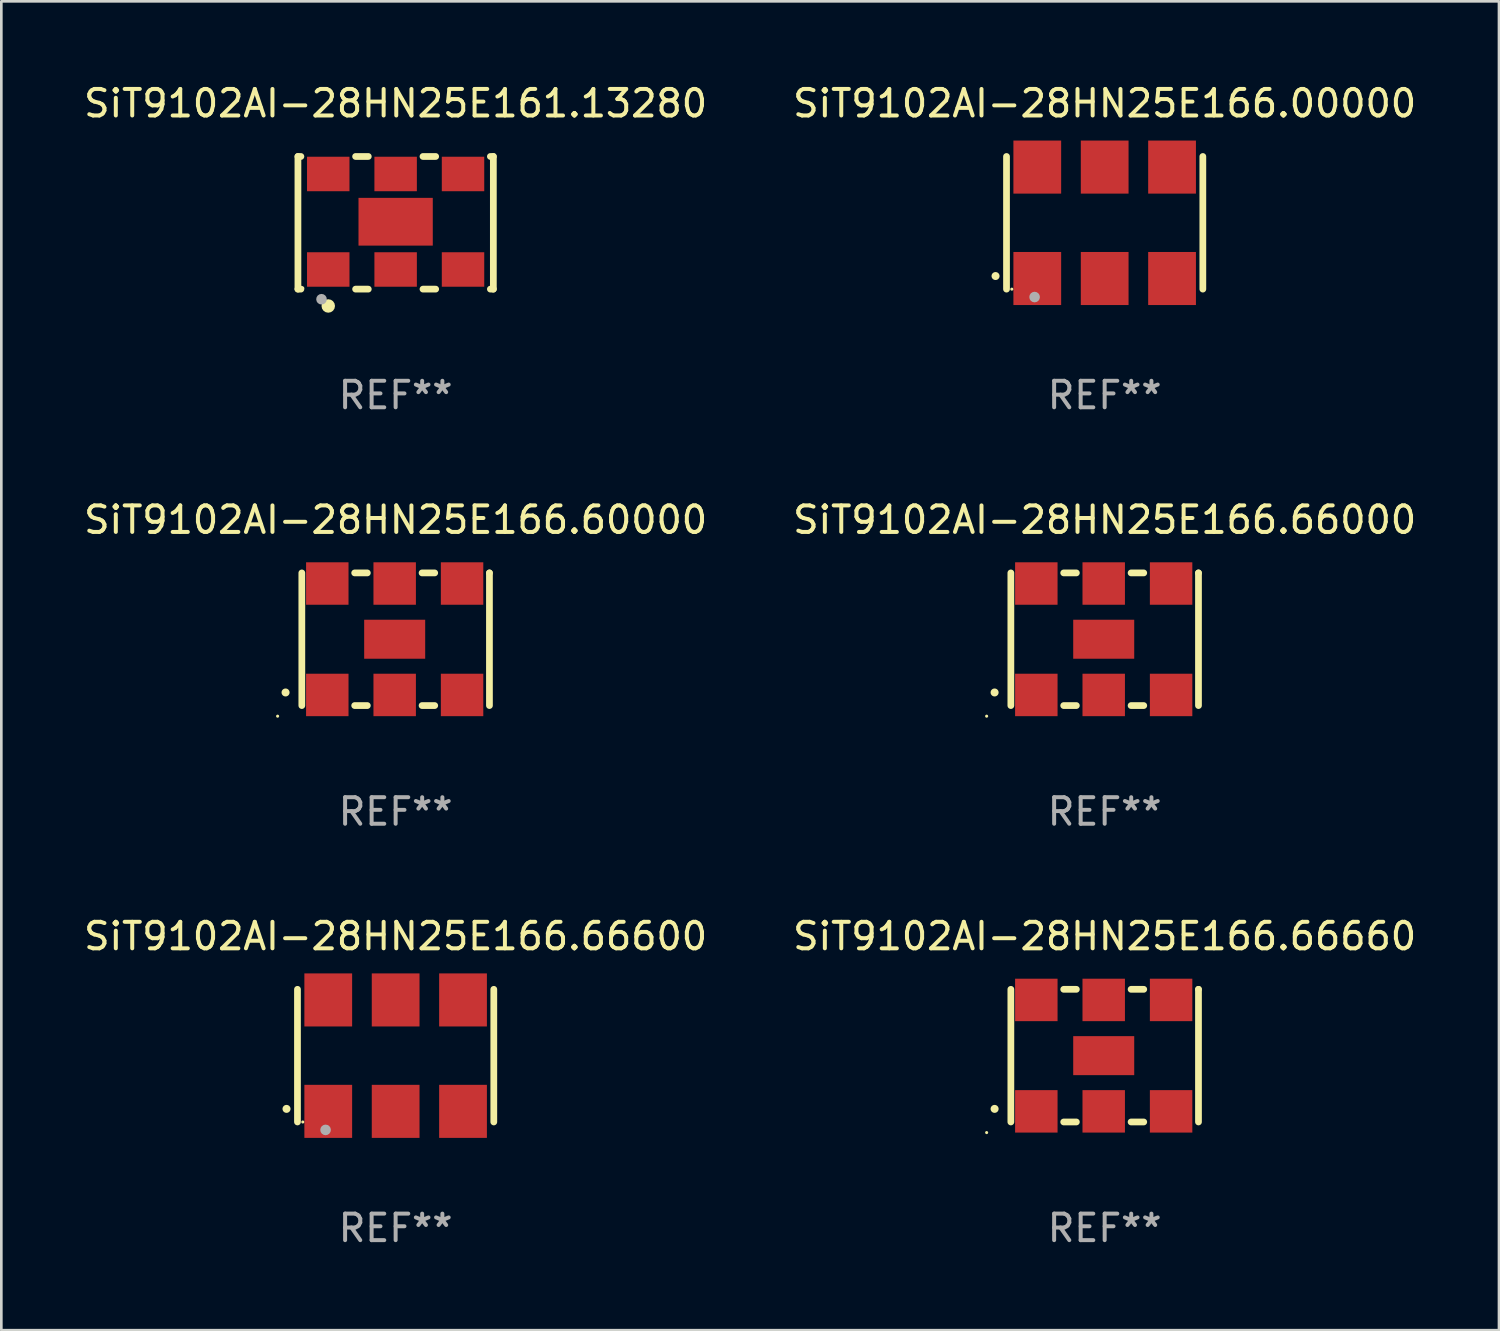
<source format=kicad_pcb>
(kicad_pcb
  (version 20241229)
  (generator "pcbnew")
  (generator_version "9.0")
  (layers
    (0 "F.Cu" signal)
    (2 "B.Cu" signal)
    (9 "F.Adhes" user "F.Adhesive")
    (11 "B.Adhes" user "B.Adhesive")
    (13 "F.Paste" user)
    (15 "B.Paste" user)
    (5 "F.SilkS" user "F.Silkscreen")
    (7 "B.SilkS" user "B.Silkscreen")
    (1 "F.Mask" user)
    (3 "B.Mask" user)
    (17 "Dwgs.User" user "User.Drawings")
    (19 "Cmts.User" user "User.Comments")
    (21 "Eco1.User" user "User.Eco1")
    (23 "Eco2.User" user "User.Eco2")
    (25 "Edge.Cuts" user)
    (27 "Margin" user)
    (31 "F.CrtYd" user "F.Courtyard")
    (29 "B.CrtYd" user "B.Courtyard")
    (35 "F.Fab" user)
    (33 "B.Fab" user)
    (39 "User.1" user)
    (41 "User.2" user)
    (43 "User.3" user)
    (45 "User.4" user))
  (footprint "SiT9102AI-28HN25E166.66600"
    (layer "F.Cu")
    (at 11.863 36.741)
    (property "Reference" "SiT9102AI-28HN25E166.66600" (at 0 -4.5 0) (layer "F.SilkS") (effects (font (size 1 1) (thickness 0.15))))
    (attr through_hole)
    (fp_line (start -3.7 -2.5) (end -3.7 2.5) (stroke (width 0.254) (type solid)) (layer "F.SilkS"))
    (fp_line (start 3.7 -2.5) (end 3.7 2.5) (stroke (width 0.254) (type solid)) (layer "F.SilkS"))
    (fp_arc (start -4.114415 2.006604) (mid -4.113145 2.006599) (end -4.111875 2.006604) (stroke (width 0.3) (type solid)) (layer "F.SilkS"))
    (fp_circle (center -3.5 2.501) (end -3.47 2.501) (stroke (width 0.06) (type solid)) (fill no) (layer "F.SilkS"))
    (fp_circle (center -2.641 2.799) (end -2.541 2.799) (stroke (width 0.2) (type solid)) (fill no) (layer "F.Fab"))
    (fp_text user "REF**" (at 0 6.5 0) (layer "F.Fab") (effects (font (size 1 1) (thickness 0.15))))
    (pad "1" smd rect (at -2.54 2.1) (size 1.8 2) (layers "F.Cu" "F.Mask" "F.Paste"))
    (pad "2" smd rect (at 0.000394 2.1) (size 1.8 2) (layers "F.Cu" "F.Mask" "F.Paste"))
    (pad "3" smd rect (at 2.54 2.1) (size 1.8 2) (layers "F.Cu" "F.Mask" "F.Paste"))
    (pad "4" smd rect (at 2.54 -2.1) (size 1.8 2) (layers "F.Cu" "F.Mask" "F.Paste"))
    (pad "5" smd rect (at 0.000394 -2.1) (size 1.8 2) (layers "F.Cu" "F.Mask" "F.Paste"))
    (pad "6" smd rect (at -2.54 -2.1) (size 1.8 2) (layers "F.Cu" "F.Mask" "F.Paste")))
  (footprint "SiT9102AI-28HN25E166.60000"
    (layer "F.Cu")
    (at 11.863 21.045)
    (property "Reference" "SiT9102AI-28HN25E166.60000" (at 0 -4.5 0) (layer "F.SilkS") (effects (font (size 1 1) (thickness 0.15))))
    (attr through_hole)
    (fp_line (start -3.536 -2.5) (end -3.536 2.5) (stroke (width 0.254) (type solid)) (layer "F.SilkS"))
    (fp_line (start -1.544 2.5) (end -1.067 2.5) (stroke (width 0.254) (type solid)) (layer "F.SilkS"))
    (fp_line (start -1.067 -2.5) (end -1.544 -2.5) (stroke (width 0.254) (type solid)) (layer "F.SilkS"))
    (fp_line (start 0.996 2.5) (end 1.473 2.5) (stroke (width 0.254) (type solid)) (layer "F.SilkS"))
    (fp_line (start 1.473 -2.5) (end 0.996 -2.5) (stroke (width 0.254) (type solid)) (layer "F.SilkS"))
    (fp_line (start 3.536 -2.5) (end 3.536 -2.5) (stroke (width 0.254) (type solid)) (layer "F.SilkS"))
    (fp_line (start 3.536 2.5) (end 3.536 -2.5) (stroke (width 0.254) (type solid)) (layer "F.SilkS"))
    (fp_arc (start -4.150432 2.006604) (mid -4.149162 2.006599) (end -4.147892 2.006604) (stroke (width 0.3) (type solid)) (layer "F.SilkS"))
    (fp_circle (center -4.449 2.9) (end -4.419 2.9) (stroke (width 0.06) (type solid)) (fill no) (layer "F.SilkS"))
    (fp_text user "REF**" (at 0 6.5 0) (layer "F.Fab") (effects (font (size 1 1) (thickness 0.15))))
    (pad "1" smd rect (at -2.576 2.1) (size 1.6 1.6) (layers "F.Cu" "F.Mask" "F.Paste"))
    (pad "2" smd rect (at -0.036 2.1) (size 1.6 1.6) (layers "F.Cu" "F.Mask" "F.Paste"))
    (pad "3" smd rect (at 2.504 2.1) (size 1.6 1.6) (layers "F.Cu" "F.Mask" "F.Paste"))
    (pad "4" smd rect (at 2.504 -2.1) (size 1.6 1.6) (layers "F.Cu" "F.Mask" "F.Paste"))
    (pad "5" smd rect (at -0.036 -2.1) (size 1.6 1.6) (layers "F.Cu" "F.Mask" "F.Paste"))
    (pad "6" smd rect (at -2.576 -2.1) (size 1.6 1.6) (layers "F.Cu" "F.Mask" "F.Paste"))
    (pad "7" smd rect (at -0.036 0) (size 2.3 1.47) (layers "F.Cu" "F.Mask" "F.Paste")))
  (footprint "SiT9102AI-28HN25E166.00000"
    (layer "F.Cu")
    (at 38.589 5.348)
    (property "Reference" "SiT9102AI-28HN25E166.00000" (at 0 -4.5 0) (layer "F.SilkS") (effects (font (size 1 1) (thickness 0.15))))
    (attr through_hole)
    (fp_line (start -3.7 -2.5) (end -3.7 2.5) (stroke (width 0.254) (type solid)) (layer "F.SilkS"))
    (fp_line (start 3.7 -2.5) (end 3.7 2.5) (stroke (width 0.254) (type solid)) (layer "F.SilkS"))
    (fp_arc (start -4.114415 2.006604) (mid -4.113145 2.006599) (end -4.111875 2.006604) (stroke (width 0.3) (type solid)) (layer "F.SilkS"))
    (fp_circle (center -3.5 2.501) (end -3.47 2.501) (stroke (width 0.06) (type solid)) (fill no) (layer "F.SilkS"))
    (fp_circle (center -2.641 2.799) (end -2.541 2.799) (stroke (width 0.2) (type solid)) (fill no) (layer "F.Fab"))
    (fp_text user "REF**" (at 0 6.5 0) (layer "F.Fab") (effects (font (size 1 1) (thickness 0.15))))
    (pad "1" smd rect (at -2.54 2.1) (size 1.8 2) (layers "F.Cu" "F.Mask" "F.Paste"))
    (pad "2" smd rect (at 0.000394 2.1) (size 1.8 2) (layers "F.Cu" "F.Mask" "F.Paste"))
    (pad "3" smd rect (at 2.54 2.1) (size 1.8 2) (layers "F.Cu" "F.Mask" "F.Paste"))
    (pad "4" smd rect (at 2.54 -2.1) (size 1.8 2) (layers "F.Cu" "F.Mask" "F.Paste"))
    (pad "5" smd rect (at 0.000394 -2.1) (size 1.8 2) (layers "F.Cu" "F.Mask" "F.Paste"))
    (pad "6" smd rect (at -2.54 -2.1) (size 1.8 2) (layers "F.Cu" "F.Mask" "F.Paste")))
  (footprint "SiT9102AI-28HN25E166.66660"
    (layer "F.Cu")
    (at 38.589 36.741)
    (property "Reference" "SiT9102AI-28HN25E166.66660" (at 0 -4.5 0) (layer "F.SilkS") (effects (font (size 1 1) (thickness 0.15))))
    (attr through_hole)
    (fp_line (start -3.536 -2.5) (end -3.536 2.5) (stroke (width 0.254) (type solid)) (layer "F.SilkS"))
    (fp_line (start -1.544 2.5) (end -1.067 2.5) (stroke (width 0.254) (type solid)) (layer "F.SilkS"))
    (fp_line (start -1.067 -2.5) (end -1.544 -2.5) (stroke (width 0.254) (type solid)) (layer "F.SilkS"))
    (fp_line (start 0.996 2.5) (end 1.473 2.5) (stroke (width 0.254) (type solid)) (layer "F.SilkS"))
    (fp_line (start 1.473 -2.5) (end 0.996 -2.5) (stroke (width 0.254) (type solid)) (layer "F.SilkS"))
    (fp_line (start 3.536 -2.5) (end 3.536 -2.5) (stroke (width 0.254) (type solid)) (layer "F.SilkS"))
    (fp_line (start 3.536 2.5) (end 3.536 -2.5) (stroke (width 0.254) (type solid)) (layer "F.SilkS"))
    (fp_arc (start -4.150432 2.006604) (mid -4.149162 2.006599) (end -4.147892 2.006604) (stroke (width 0.3) (type solid)) (layer "F.SilkS"))
    (fp_circle (center -4.449 2.9) (end -4.419 2.9) (stroke (width 0.06) (type solid)) (fill no) (layer "F.SilkS"))
    (fp_text user "REF**" (at 0 6.5 0) (layer "F.Fab") (effects (font (size 1 1) (thickness 0.15))))
    (pad "1" smd rect (at -2.576 2.1) (size 1.6 1.6) (layers "F.Cu" "F.Mask" "F.Paste"))
    (pad "2" smd rect (at -0.036 2.1) (size 1.6 1.6) (layers "F.Cu" "F.Mask" "F.Paste"))
    (pad "3" smd rect (at 2.504 2.1) (size 1.6 1.6) (layers "F.Cu" "F.Mask" "F.Paste"))
    (pad "4" smd rect (at 2.504 -2.1) (size 1.6 1.6) (layers "F.Cu" "F.Mask" "F.Paste"))
    (pad "5" smd rect (at -0.036 -2.1) (size 1.6 1.6) (layers "F.Cu" "F.Mask" "F.Paste"))
    (pad "6" smd rect (at -2.576 -2.1) (size 1.6 1.6) (layers "F.Cu" "F.Mask" "F.Paste"))
    (pad "7" smd rect (at -0.036 0) (size 2.3 1.47) (layers "F.Cu" "F.Mask" "F.Paste")))
  (footprint "SiT9102AI-28HN25E161.13280"
    (layer "F.Cu")
    (at 11.863 5.348)
    (property "Reference" "SiT9102AI-28HN25E161.13280" (at 0 -4.5 0) (layer "F.SilkS") (effects (font (size 1 1) (thickness 0.15))))
    (attr through_hole)
    (fp_line (start -3.683 -2.5) (end -3.571 -2.5) (stroke (width 0.254) (type solid)) (layer "F.SilkS"))
    (fp_line (start -3.683 2.5) (end -3.683 -2.5) (stroke (width 0.254) (type solid)) (layer "F.SilkS"))
    (fp_line (start -3.683 2.5) (end -3.571 2.5) (stroke (width 0.254) (type solid)) (layer "F.SilkS"))
    (fp_line (start -1.509 -2.5) (end -1.031 -2.5) (stroke (width 0.254) (type solid)) (layer "F.SilkS"))
    (fp_line (start -1.509 2.5) (end -1.031 2.5) (stroke (width 0.254) (type solid)) (layer "F.SilkS"))
    (fp_line (start 1.031 -2.5) (end 1.509 -2.5) (stroke (width 0.254) (type solid)) (layer "F.SilkS"))
    (fp_line (start 1.031 2.5) (end 1.509 2.5) (stroke (width 0.254) (type solid)) (layer "F.SilkS"))
    (fp_line (start 3.571 -2.5) (end 3.683 -2.5) (stroke (width 0.254) (type solid)) (layer "F.SilkS"))
    (fp_line (start 3.571 2.5) (end 3.683 2.5) (stroke (width 0.254) (type solid)) (layer "F.SilkS"))
    (fp_line (start 3.683 2.5) (end 3.683 -2.5) (stroke (width 0.254) (type solid)) (layer "F.SilkS"))
    (fp_circle (center -3.5 2.46) (end -3.47 2.46) (stroke (width 0.06) (type solid)) (fill no) (layer "F.SilkS"))
    (fp_circle (center -2.54 3.135) (end -2.413 3.135) (stroke (width 0.254) (type solid)) (fill no) (layer "F.SilkS"))
    (fp_circle (center -2.794 2.881) (end -2.694 2.881) (stroke (width 0.2) (type solid)) (fill no) (layer "F.Fab"))
    (fp_text user "REF**" (at 0 6.5 0) (layer "F.Fab") (effects (font (size 1 1) (thickness 0.15))))
    (pad "1" smd rect (at -2.54 1.76) (size 1.6 1.3) (layers "F.Cu" "F.Mask" "F.Paste"))
    (pad "2" smd rect (at 0 1.76) (size 1.6 1.3) (layers "F.Cu" "F.Mask" "F.Paste"))
    (pad "3" smd rect (at 2.54 1.76) (size 1.6 1.3) (layers "F.Cu" "F.Mask" "F.Paste"))
    (pad "4" smd rect (at 2.54 -1.84) (size 1.6 1.3) (layers "F.Cu" "F.Mask" "F.Paste"))
    (pad "5" smd rect (at 0 -1.84) (size 1.6 1.3) (layers "F.Cu" "F.Mask" "F.Paste"))
    (pad "6" smd rect (at -2.54 -1.84) (size 1.6 1.3) (layers "F.Cu" "F.Mask" "F.Paste"))
    (pad "7" smd rect (at 0 -0.04) (size 2.8 1.8) (layers "F.Cu" "F.Mask" "F.Paste")))
  (footprint "SiT9102AI-28HN25E166.66000"
    (layer "F.Cu")
    (at 38.589 21.045)
    (property "Reference" "SiT9102AI-28HN25E166.66000" (at 0 -4.5 0) (layer "F.SilkS") (effects (font (size 1 1) (thickness 0.15))))
    (attr through_hole)
    (fp_line (start -3.536 -2.5) (end -3.536 2.5) (stroke (width 0.254) (type solid)) (layer "F.SilkS"))
    (fp_line (start -1.544 2.5) (end -1.067 2.5) (stroke (width 0.254) (type solid)) (layer "F.SilkS"))
    (fp_line (start -1.067 -2.5) (end -1.544 -2.5) (stroke (width 0.254) (type solid)) (layer "F.SilkS"))
    (fp_line (start 0.996 2.5) (end 1.473 2.5) (stroke (width 0.254) (type solid)) (layer "F.SilkS"))
    (fp_line (start 1.473 -2.5) (end 0.996 -2.5) (stroke (width 0.254) (type solid)) (layer "F.SilkS"))
    (fp_line (start 3.536 -2.5) (end 3.536 -2.5) (stroke (width 0.254) (type solid)) (layer "F.SilkS"))
    (fp_line (start 3.536 2.5) (end 3.536 -2.5) (stroke (width 0.254) (type solid)) (layer "F.SilkS"))
    (fp_arc (start -4.150432 2.006604) (mid -4.149162 2.006599) (end -4.147892 2.006604) (stroke (width 0.3) (type solid)) (layer "F.SilkS"))
    (fp_circle (center -4.449 2.9) (end -4.419 2.9) (stroke (width 0.06) (type solid)) (fill no) (layer "F.SilkS"))
    (fp_text user "REF**" (at 0 6.5 0) (layer "F.Fab") (effects (font (size 1 1) (thickness 0.15))))
    (pad "1" smd rect (at -2.576 2.1) (size 1.6 1.6) (layers "F.Cu" "F.Mask" "F.Paste"))
    (pad "2" smd rect (at -0.036 2.1) (size 1.6 1.6) (layers "F.Cu" "F.Mask" "F.Paste"))
    (pad "3" smd rect (at 2.504 2.1) (size 1.6 1.6) (layers "F.Cu" "F.Mask" "F.Paste"))
    (pad "4" smd rect (at 2.504 -2.1) (size 1.6 1.6) (layers "F.Cu" "F.Mask" "F.Paste"))
    (pad "5" smd rect (at -0.036 -2.1) (size 1.6 1.6) (layers "F.Cu" "F.Mask" "F.Paste"))
    (pad "6" smd rect (at -2.576 -2.1) (size 1.6 1.6) (layers "F.Cu" "F.Mask" "F.Paste"))
    (pad "7" smd rect (at -0.036 0) (size 2.3 1.47) (layers "F.Cu" "F.Mask" "F.Paste")))
  (gr_rect
    (start -3 -3)
    (end 53.452 47.09)
    (stroke (width 0.1) (type default))
    (fill no)
    (layer "Edge.Cuts")))
</source>
